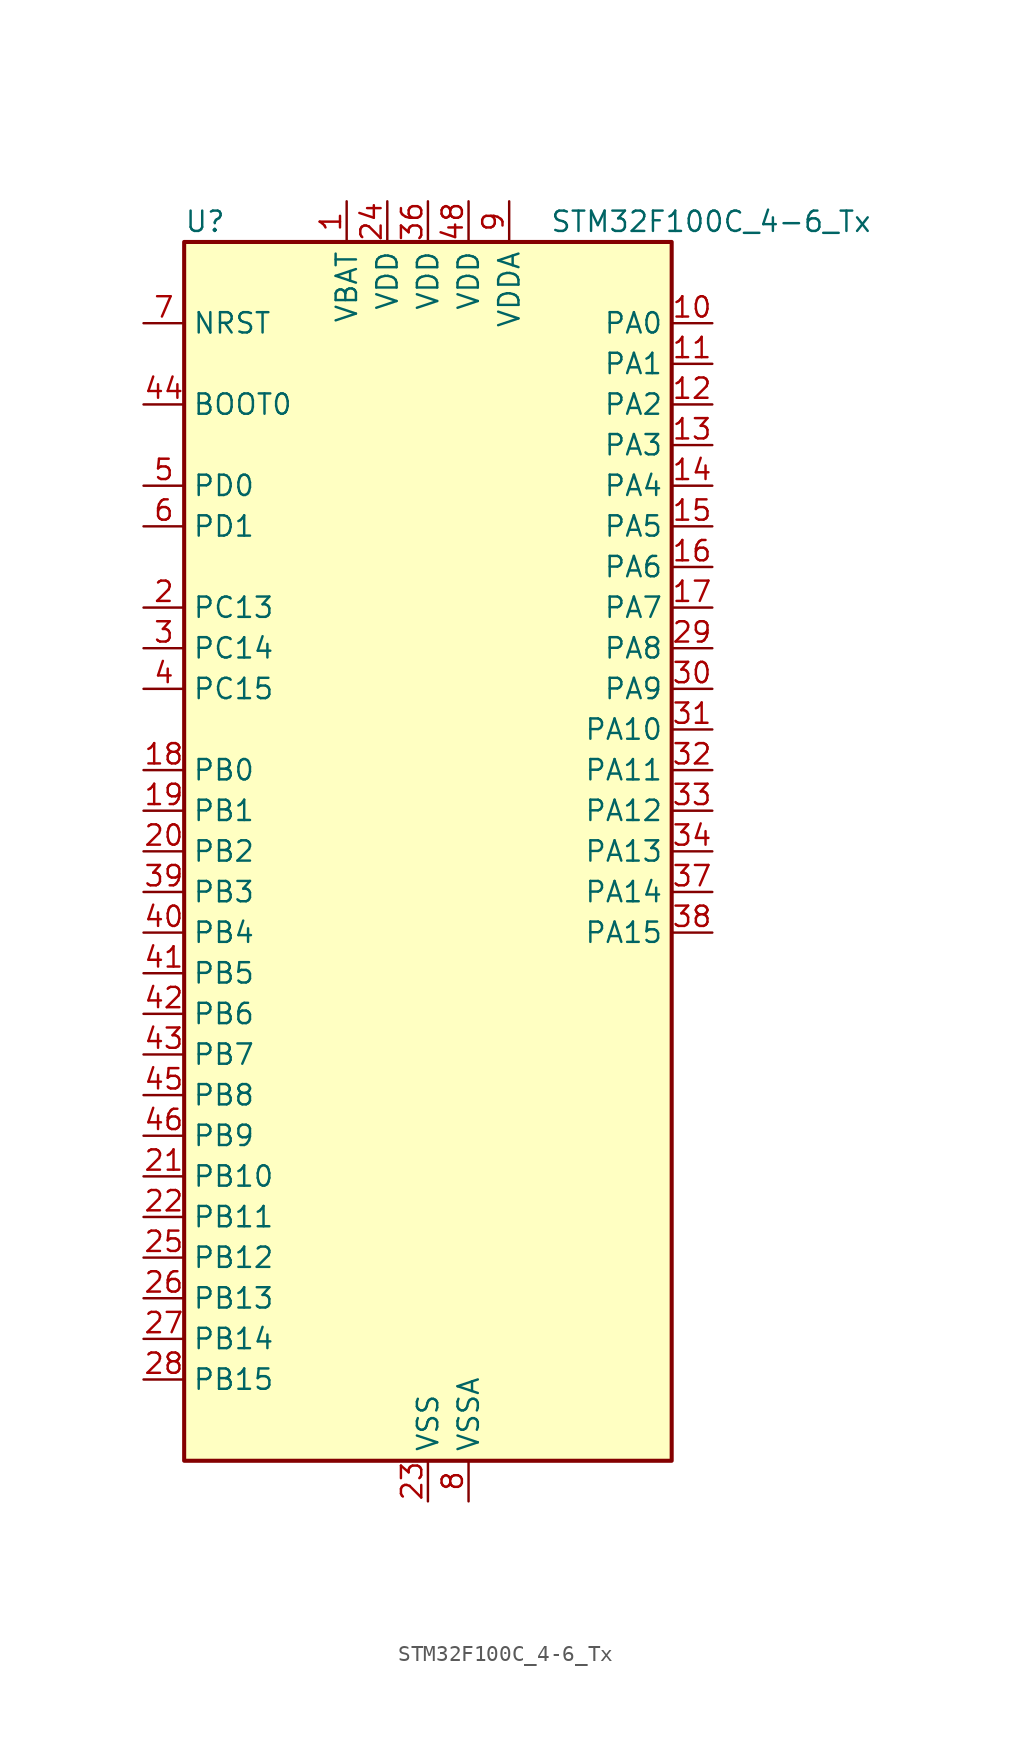
<source format=kicad_sym>
(kicad_symbol_lib
  (version 20241209)
  (generator "kicad_symbol_editor")
  (generator_version "9.0")
  (symbol "STM32F100C_4-6_Tx"
    (property "Reference" "U"
      (at -15.24 39.37 0)
      (effects (font (size 1.27 1.27)) (justify left)))
    (property "Value" "STM32F100C_4-6_Tx"
      (at 7.62 39.37 0)
      (effects (font (size 1.27 1.27)) (justify left)))
    (symbol "STM32F100C_4-6_Tx_0_1"
      (rectangle (start -15.24 -38.1) (end 15.24 38.1) (stroke (width 0.254) (type default)) (fill (type background))))
    (symbol "STM32F100C_4-6_Tx_1_1"
      (pin input line (at -17.78 33.02 0) (length 2.54) (name "NRST" (effects (font (size 1.27 1.27)))) (number "7" (effects (font (size 1.27 1.27)))))
      (pin input line (at -17.78 27.94 0) (length 2.54) (name "BOOT0" (effects (font (size 1.27 1.27)))) (number "44" (effects (font (size 1.27 1.27)))))
      (pin bidirectional line (at -17.78 22.86 0) (length 2.54) (name "PD0" (effects (font (size 1.27 1.27)))) (number "5" (effects (font (size 1.27 1.27)))) (alternate "RCC_OSC_IN" bidirectional line))
      (pin bidirectional line (at -17.78 20.32 0) (length 2.54) (name "PD1" (effects (font (size 1.27 1.27)))) (number "6" (effects (font (size 1.27 1.27)))) (alternate "RCC_OSC_OUT" bidirectional line))
      (pin bidirectional line (at -17.78 15.24 0) (length 2.54) (name "PC13" (effects (font (size 1.27 1.27)))) (number "2" (effects (font (size 1.27 1.27)))) (alternate "RTC_OUT" bidirectional line) (alternate "RTC_TAMPER" bidirectional line))
      (pin bidirectional line (at -17.78 12.7 0) (length 2.54) (name "PC14" (effects (font (size 1.27 1.27)))) (number "3" (effects (font (size 1.27 1.27)))) (alternate "RCC_OSC32_IN" bidirectional line))
      (pin bidirectional line (at -17.78 10.16 0) (length 2.54) (name "PC15" (effects (font (size 1.27 1.27)))) (number "4" (effects (font (size 1.27 1.27)))) (alternate "ADC1_EXTI15" bidirectional line) (alternate "RCC_OSC32_OUT" bidirectional line))
      (pin bidirectional line (at -17.78 5.08 0) (length 2.54) (name "PB0" (effects (font (size 1.27 1.27)))) (number "18" (effects (font (size 1.27 1.27)))) (alternate "ADC1_IN8" bidirectional line) (alternate "TIM1_CH2N" bidirectional line) (alternate "TIM3_CH3" bidirectional line))
      (pin bidirectional line (at -17.78 2.54 0) (length 2.54) (name "PB1" (effects (font (size 1.27 1.27)))) (number "19" (effects (font (size 1.27 1.27)))) (alternate "ADC1_IN9" bidirectional line) (alternate "TIM1_CH3N" bidirectional line) (alternate "TIM3_CH4" bidirectional line))
      (pin bidirectional line (at -17.78 0 0) (length 2.54) (name "PB2" (effects (font (size 1.27 1.27)))) (number "20" (effects (font (size 1.27 1.27)))))
      (pin bidirectional line (at -17.78 -2.54 0) (length 2.54) (name "PB3" (effects (font (size 1.27 1.27)))) (number "39" (effects (font (size 1.27 1.27)))) (alternate "SPI1_SCK" bidirectional line) (alternate "SYS_JTDO-TRACESWO" bidirectional line) (alternate "TIM2_CH2" bidirectional line))
      (pin bidirectional line (at -17.78 -5.08 0) (length 2.54) (name "PB4" (effects (font (size 1.27 1.27)))) (number "40" (effects (font (size 1.27 1.27)))) (alternate "SPI1_MISO" bidirectional line) (alternate "SYS_NJTRST" bidirectional line) (alternate "TIM3_CH1" bidirectional line))
      (pin bidirectional line (at -17.78 -7.62 0) (length 2.54) (name "PB5" (effects (font (size 1.27 1.27)))) (number "41" (effects (font (size 1.27 1.27)))) (alternate "I2C1_SMBA" bidirectional line) (alternate "SPI1_MOSI" bidirectional line) (alternate "TIM16_BKIN" bidirectional line) (alternate "TIM3_CH2" bidirectional line))
      (pin bidirectional line (at -17.78 -10.16 0) (length 2.54) (name "PB6" (effects (font (size 1.27 1.27)))) (number "42" (effects (font (size 1.27 1.27)))) (alternate "I2C1_SCL" bidirectional line) (alternate "TIM16_CH1N" bidirectional line) (alternate "USART1_TX" bidirectional line))
      (pin bidirectional line (at -17.78 -12.7 0) (length 2.54) (name "PB7" (effects (font (size 1.27 1.27)))) (number "43" (effects (font (size 1.27 1.27)))) (alternate "I2C1_SDA" bidirectional line) (alternate "TIM17_CH1N" bidirectional line) (alternate "USART1_RX" bidirectional line))
      (pin bidirectional line (at -17.78 -15.24 0) (length 2.54) (name "PB8" (effects (font (size 1.27 1.27)))) (number "45" (effects (font (size 1.27 1.27)))) (alternate "CEC" bidirectional line) (alternate "I2C1_SCL" bidirectional line) (alternate "TIM16_CH1" bidirectional line))
      (pin bidirectional line (at -17.78 -17.78 0) (length 2.54) (name "PB9" (effects (font (size 1.27 1.27)))) (number "46" (effects (font (size 1.27 1.27)))) (alternate "DAC_EXTI9" bidirectional line) (alternate "I2C1_SDA" bidirectional line) (alternate "TIM17_CH1" bidirectional line))
      (pin bidirectional line (at -17.78 -20.32 0) (length 2.54) (name "PB10" (effects (font (size 1.27 1.27)))) (number "21" (effects (font (size 1.27 1.27)))) (alternate "CEC" bidirectional line) (alternate "TIM2_CH3" bidirectional line))
      (pin bidirectional line (at -17.78 -22.86 0) (length 2.54) (name "PB11" (effects (font (size 1.27 1.27)))) (number "22" (effects (font (size 1.27 1.27)))) (alternate "ADC1_EXTI11" bidirectional line) (alternate "TIM2_CH4" bidirectional line))
      (pin bidirectional line (at -17.78 -25.4 0) (length 2.54) (name "PB12" (effects (font (size 1.27 1.27)))) (number "25" (effects (font (size 1.27 1.27)))) (alternate "TIM1_BKIN" bidirectional line))
      (pin bidirectional line (at -17.78 -27.94 0) (length 2.54) (name "PB13" (effects (font (size 1.27 1.27)))) (number "26" (effects (font (size 1.27 1.27)))) (alternate "TIM1_CH1N" bidirectional line))
      (pin bidirectional line (at -17.78 -30.48 0) (length 2.54) (name "PB14" (effects (font (size 1.27 1.27)))) (number "27" (effects (font (size 1.27 1.27)))) (alternate "TIM15_CH1" bidirectional line) (alternate "TIM1_CH2N" bidirectional line))
      (pin bidirectional line (at -17.78 -33.02 0) (length 2.54) (name "PB15" (effects (font (size 1.27 1.27)))) (number "28" (effects (font (size 1.27 1.27)))) (alternate "ADC1_EXTI15" bidirectional line) (alternate "TIM15_CH1N" bidirectional line) (alternate "TIM15_CH2" bidirectional line) (alternate "TIM1_CH3N" bidirectional line))
      (pin power_in line (at -5.08 40.64 270) (length 2.54) (name "VBAT" (effects (font (size 1.27 1.27)))) (number "1" (effects (font (size 1.27 1.27)))))
      (pin power_in line (at -2.54 40.64 270) (length 2.54) (name "VDD" (effects (font (size 1.27 1.27)))) (number "24" (effects (font (size 1.27 1.27)))))
      (pin power_in line (at 0 40.64 270) (length 2.54) (name "VDD" (effects (font (size 1.27 1.27)))) (number "36" (effects (font (size 1.27 1.27)))))
      (pin power_in line (at 0 -40.64 90) (length 2.54) (name "VSS" (effects (font (size 1.27 1.27)))) (number "23" (effects (font (size 1.27 1.27)))))
      (pin passive line (at 0 -40.64 90) (length 2.54) (hide yes) (name "VSS" (effects (font (size 1.27 1.27)))) (number "35" (effects (font (size 1.27 1.27)))))
      (pin passive line (at 0 -40.64 90) (length 2.54) (hide yes) (name "VSS" (effects (font (size 1.27 1.27)))) (number "47" (effects (font (size 1.27 1.27)))))
      (pin power_in line (at 2.54 40.64 270) (length 2.54) (name "VDD" (effects (font (size 1.27 1.27)))) (number "48" (effects (font (size 1.27 1.27)))))
      (pin power_in line (at 2.54 -40.64 90) (length 2.54) (name "VSSA" (effects (font (size 1.27 1.27)))) (number "8" (effects (font (size 1.27 1.27)))))
      (pin power_in line (at 5.08 40.64 270) (length 2.54) (name "VDDA" (effects (font (size 1.27 1.27)))) (number "9" (effects (font (size 1.27 1.27)))))
      (pin bidirectional line (at 17.78 33.02 180) (length 2.54) (name "PA0" (effects (font (size 1.27 1.27)))) (number "10" (effects (font (size 1.27 1.27)))) (alternate "ADC1_IN0" bidirectional line) (alternate "SYS_WKUP" bidirectional line) (alternate "TIM2_CH1" bidirectional line) (alternate "TIM2_ETR" bidirectional line) (alternate "USART2_CTS" bidirectional line))
      (pin bidirectional line (at 17.78 30.48 180) (length 2.54) (name "PA1" (effects (font (size 1.27 1.27)))) (number "11" (effects (font (size 1.27 1.27)))) (alternate "ADC1_IN1" bidirectional line) (alternate "TIM2_CH2" bidirectional line) (alternate "USART2_RTS" bidirectional line))
      (pin bidirectional line (at 17.78 27.94 180) (length 2.54) (name "PA2" (effects (font (size 1.27 1.27)))) (number "12" (effects (font (size 1.27 1.27)))) (alternate "ADC1_IN2" bidirectional line) (alternate "TIM15_CH1" bidirectional line) (alternate "TIM2_CH3" bidirectional line) (alternate "USART2_TX" bidirectional line))
      (pin bidirectional line (at 17.78 25.4 180) (length 2.54) (name "PA3" (effects (font (size 1.27 1.27)))) (number "13" (effects (font (size 1.27 1.27)))) (alternate "ADC1_IN3" bidirectional line) (alternate "TIM15_CH2" bidirectional line) (alternate "TIM2_CH4" bidirectional line) (alternate "USART2_RX" bidirectional line))
      (pin bidirectional line (at 17.78 22.86 180) (length 2.54) (name "PA4" (effects (font (size 1.27 1.27)))) (number "14" (effects (font (size 1.27 1.27)))) (alternate "ADC1_IN4" bidirectional line) (alternate "DAC_OUT1" bidirectional line) (alternate "SPI1_NSS" bidirectional line) (alternate "USART2_CK" bidirectional line))
      (pin bidirectional line (at 17.78 20.32 180) (length 2.54) (name "PA5" (effects (font (size 1.27 1.27)))) (number "15" (effects (font (size 1.27 1.27)))) (alternate "ADC1_IN5" bidirectional line) (alternate "DAC_OUT2" bidirectional line) (alternate "SPI1_SCK" bidirectional line))
      (pin bidirectional line (at 17.78 17.78 180) (length 2.54) (name "PA6" (effects (font (size 1.27 1.27)))) (number "16" (effects (font (size 1.27 1.27)))) (alternate "ADC1_IN6" bidirectional line) (alternate "SPI1_MISO" bidirectional line) (alternate "TIM16_CH1" bidirectional line) (alternate "TIM1_BKIN" bidirectional line) (alternate "TIM3_CH1" bidirectional line))
      (pin bidirectional line (at 17.78 15.24 180) (length 2.54) (name "PA7" (effects (font (size 1.27 1.27)))) (number "17" (effects (font (size 1.27 1.27)))) (alternate "ADC1_IN7" bidirectional line) (alternate "SPI1_MOSI" bidirectional line) (alternate "TIM17_CH1" bidirectional line) (alternate "TIM1_CH1N" bidirectional line) (alternate "TIM3_CH2" bidirectional line))
      (pin bidirectional line (at 17.78 12.7 180) (length 2.54) (name "PA8" (effects (font (size 1.27 1.27)))) (number "29" (effects (font (size 1.27 1.27)))) (alternate "RCC_MCO" bidirectional line) (alternate "TIM1_CH1" bidirectional line) (alternate "USART1_CK" bidirectional line))
      (pin bidirectional line (at 17.78 10.16 180) (length 2.54) (name "PA9" (effects (font (size 1.27 1.27)))) (number "30" (effects (font (size 1.27 1.27)))) (alternate "DAC_EXTI9" bidirectional line) (alternate "TIM15_BKIN" bidirectional line) (alternate "TIM1_CH2" bidirectional line) (alternate "USART1_TX" bidirectional line))
      (pin bidirectional line (at 17.78 7.62 180) (length 2.54) (name "PA10" (effects (font (size 1.27 1.27)))) (number "31" (effects (font (size 1.27 1.27)))) (alternate "TIM17_BKIN" bidirectional line) (alternate "TIM1_CH3" bidirectional line) (alternate "USART1_RX" bidirectional line))
      (pin bidirectional line (at 17.78 5.08 180) (length 2.54) (name "PA11" (effects (font (size 1.27 1.27)))) (number "32" (effects (font (size 1.27 1.27)))) (alternate "ADC1_EXTI11" bidirectional line) (alternate "TIM1_CH4" bidirectional line) (alternate "USART1_CTS" bidirectional line))
      (pin bidirectional line (at 17.78 2.54 180) (length 2.54) (name "PA12" (effects (font (size 1.27 1.27)))) (number "33" (effects (font (size 1.27 1.27)))) (alternate "TIM1_ETR" bidirectional line) (alternate "USART1_RTS" bidirectional line))
      (pin bidirectional line (at 17.78 0 180) (length 2.54) (name "PA13" (effects (font (size 1.27 1.27)))) (number "34" (effects (font (size 1.27 1.27)))) (alternate "SYS_JTMS-SWDIO" bidirectional line))
      (pin bidirectional line (at 17.78 -2.54 180) (length 2.54) (name "PA14" (effects (font (size 1.27 1.27)))) (number "37" (effects (font (size 1.27 1.27)))) (alternate "SYS_JTCK-SWCLK" bidirectional line))
      (pin bidirectional line (at 17.78 -5.08 180) (length 2.54) (name "PA15" (effects (font (size 1.27 1.27)))) (number "38" (effects (font (size 1.27 1.27)))) (alternate "ADC1_EXTI15" bidirectional line) (alternate "SPI1_NSS" bidirectional line) (alternate "SYS_JTDI" bidirectional line) (alternate "TIM2_CH1" bidirectional line) (alternate "TIM2_ETR" bidirectional line)))))
</source>
